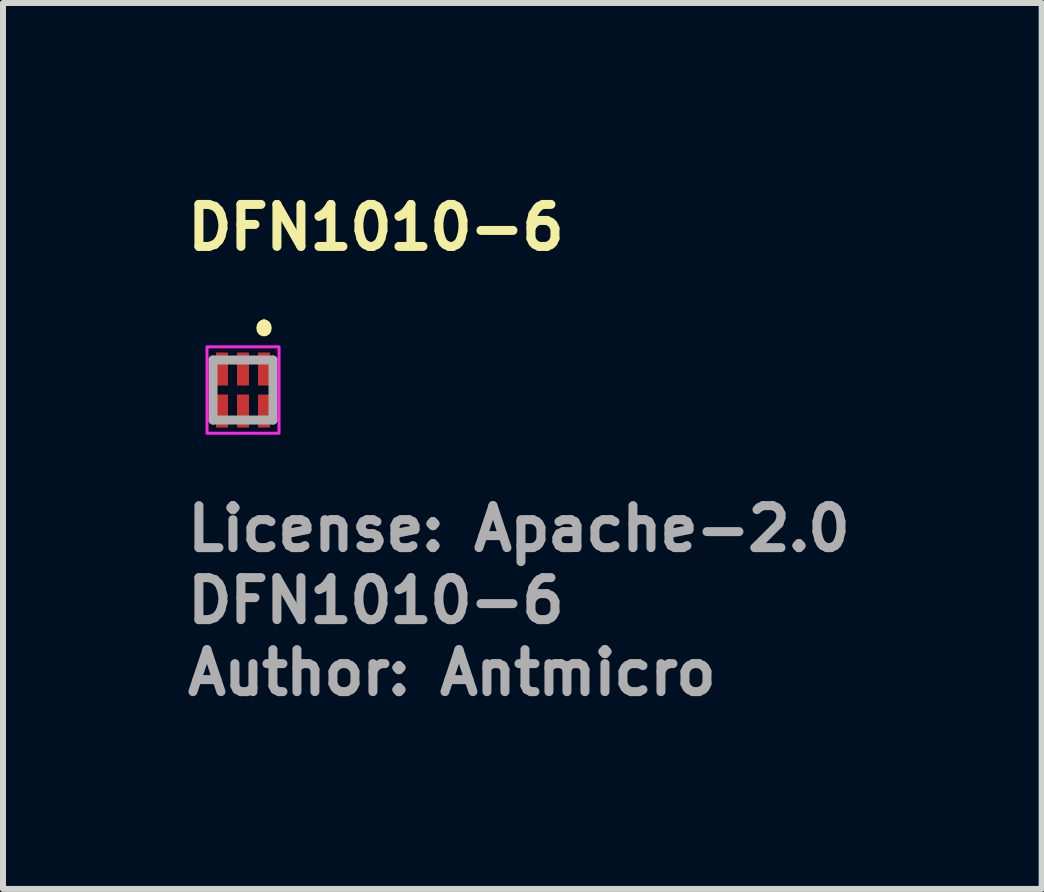
<source format=kicad_pcb>
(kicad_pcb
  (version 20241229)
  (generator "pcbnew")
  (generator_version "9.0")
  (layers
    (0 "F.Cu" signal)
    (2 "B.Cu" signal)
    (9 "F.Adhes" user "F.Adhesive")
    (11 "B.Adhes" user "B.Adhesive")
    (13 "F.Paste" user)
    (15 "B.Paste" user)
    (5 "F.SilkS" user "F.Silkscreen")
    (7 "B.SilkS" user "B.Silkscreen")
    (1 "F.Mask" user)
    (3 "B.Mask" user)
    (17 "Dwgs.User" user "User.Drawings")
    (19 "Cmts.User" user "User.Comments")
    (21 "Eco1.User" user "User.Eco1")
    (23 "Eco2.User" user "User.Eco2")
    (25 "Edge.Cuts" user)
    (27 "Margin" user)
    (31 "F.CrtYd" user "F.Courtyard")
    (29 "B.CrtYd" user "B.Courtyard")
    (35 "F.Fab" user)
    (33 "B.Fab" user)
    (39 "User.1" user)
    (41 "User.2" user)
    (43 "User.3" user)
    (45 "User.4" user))
  (footprint "DFN1010-6"
    (layer "F.Cu")
    (at 1 3.45)
    (property "Reference" "DFN1010-6" (at -1 -2.3 0) (layer "F.SilkS") (effects (font (size 0.7 0.7) (thickness 0.15)) (justify left bottom)))
    (attr smd)
    (fp_line (start 0.35 -1.1) (end 0.35 -1.1) (stroke (width 0.15) (type solid)) (layer "F.SilkS"))
    (fp_line (start 0.35 -1) (end 0.35 -1) (stroke (width 0.15) (type solid)) (layer "F.SilkS"))
    (fp_arc (start 0.35 -1.1) (mid 0.4 -1.05) (end 0.35 -1) (stroke (width 0.15) (type solid)) (layer "F.SilkS"))
    (fp_arc (start 0.35 -1) (mid 0.3 -1.05) (end 0.35 -1.1) (stroke (width 0.15) (type solid)) (layer "F.SilkS"))
    (fp_circle (center 0.35 -1.02) (end 0.4 -1.02) (stroke (width 0.15) (type solid)) (fill yes) (layer "F.SilkS"))
    (fp_rect (start -0.6 -0.72) (end 0.6 0.72) (stroke (width 0.05) (type solid)) (fill no) (layer "F.CrtYd"))
    (fp_line (start -0.5 -0.5) (end 0.5 -0.5) (stroke (width 0.15) (type solid)) (layer "F.Fab"))
    (fp_line (start -0.5 0.5) (end -0.5 -0.5) (stroke (width 0.15) (type solid)) (layer "F.Fab"))
    (fp_line (start 0.5 -0.5) (end 0.5 0.5) (stroke (width 0.15) (type solid)) (layer "F.Fab"))
    (fp_line (start 0.5 0.5) (end -0.5 0.5) (stroke (width 0.15) (type solid)) (layer "F.Fab"))
    (fp_rect (start -0.5 -0.5) (end 0.5 0.5) (stroke (width 0.1) (type solid)) (fill no) (layer "User.5"))
    (fp_line (start -0.5 -0.5) (end 0.5 -0.5) (stroke (width 0.02) (type solid)) (layer "User.9"))
    (fp_line (start -0.5 0.5) (end -0.5 -0.5) (stroke (width 0.02) (type solid)) (layer "User.9"))
    (fp_line (start 0.5 -0.5) (end 0.5 0.5) (stroke (width 0.02) (type solid)) (layer "User.9"))
    (fp_line (start 0.5 0.5) (end -0.5 0.5) (stroke (width 0.02) (type solid)) (layer "User.9"))
    (fp_text user "Author: Antmicro" (at -1 5.12 0) (layer "F.Fab") (effects (font (size 0.7 0.7) (thickness 0.15)) (justify left bottom)))
    (fp_text user "License: Apache-2.0" (at -1 2.72 0) (layer "F.Fab") (effects (font (size 0.7 0.7) (thickness 0.15)) (justify left bottom)))
    (fp_text user "${REFERENCE}" (at -1 3.92 0) (layer "F.Fab") (effects (font (size 0.7 0.7) (thickness 0.15)) (justify left bottom)))
    (pad "1" smd rect (at 0.35 -0.35 180) (size 0.2 0.55) (layers "F.Cu" "F.Mask" "F.Paste"))
    (pad "2" smd rect (at 0 -0.35 180) (size 0.2 0.55) (layers "F.Cu" "F.Mask" "F.Paste"))
    (pad "3" smd rect (at -0.35 -0.35 180) (size 0.2 0.55) (layers "F.Cu" "F.Mask" "F.Paste"))
    (pad "4" smd rect (at -0.35 0.35 180) (size 0.2 0.55) (layers "F.Cu" "F.Mask" "F.Paste"))
    (pad "5" smd rect (at 0 0.35 180) (size 0.2 0.55) (layers "F.Cu" "F.Mask" "F.Paste"))
    (pad "6" smd rect (at 0.35 0.35 180) (size 0.2 0.55) (layers "F.Cu" "F.Mask" "F.Paste")))
  (gr_rect
    (start -3 -3)
    (end 14.31 11.765)
    (stroke (width 0.1) (type default))
    (fill no)
    (layer "Edge.Cuts")))
</source>
